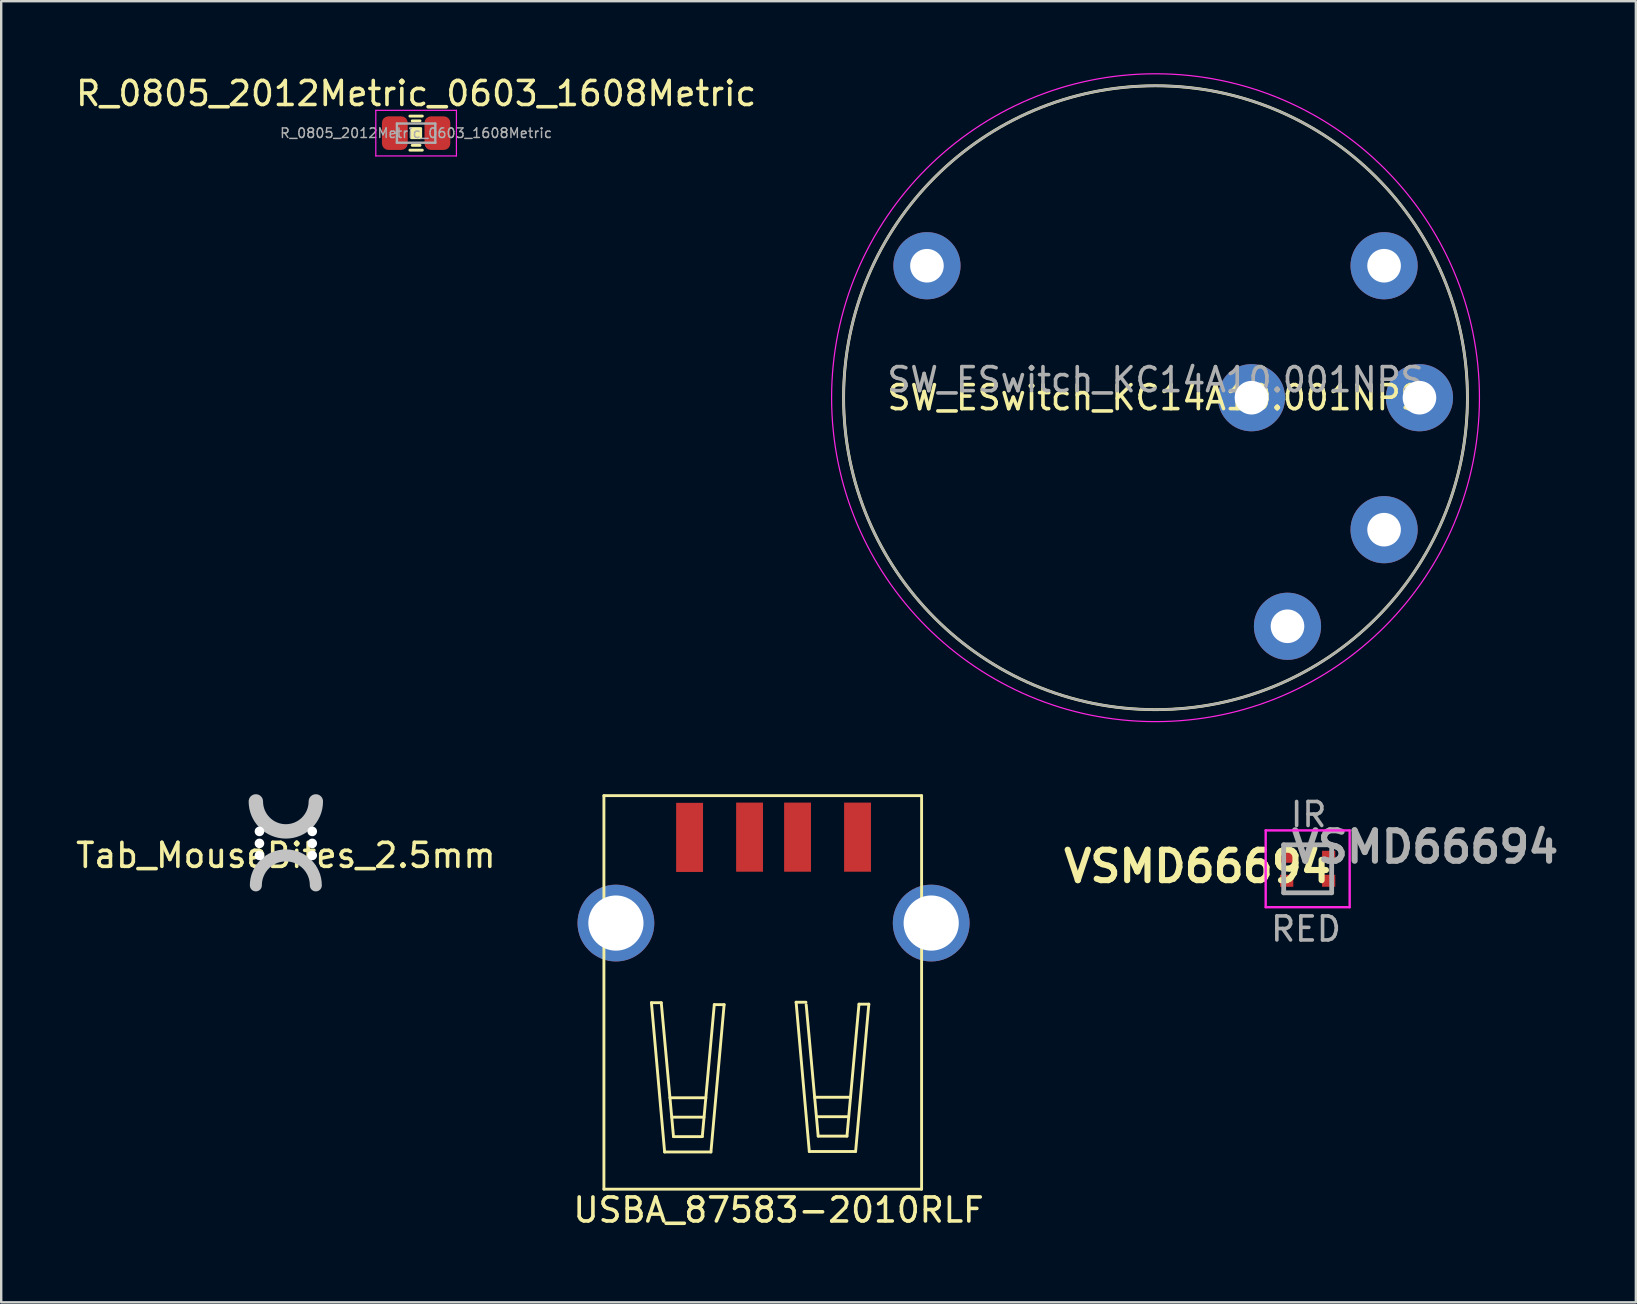
<source format=kicad_pcb>
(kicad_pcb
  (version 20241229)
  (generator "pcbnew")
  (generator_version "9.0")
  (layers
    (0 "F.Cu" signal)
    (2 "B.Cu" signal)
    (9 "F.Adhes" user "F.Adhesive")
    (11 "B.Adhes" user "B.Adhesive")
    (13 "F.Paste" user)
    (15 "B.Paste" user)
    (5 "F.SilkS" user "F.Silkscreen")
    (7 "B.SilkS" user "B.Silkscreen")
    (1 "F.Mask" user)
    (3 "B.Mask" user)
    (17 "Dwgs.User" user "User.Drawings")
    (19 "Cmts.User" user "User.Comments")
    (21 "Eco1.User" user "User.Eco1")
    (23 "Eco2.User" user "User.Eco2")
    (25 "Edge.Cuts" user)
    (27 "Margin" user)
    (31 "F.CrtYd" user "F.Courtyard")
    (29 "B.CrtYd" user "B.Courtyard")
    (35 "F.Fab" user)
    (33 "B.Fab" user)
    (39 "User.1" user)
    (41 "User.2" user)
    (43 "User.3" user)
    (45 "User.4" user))
  (footprint "VSMD66694"
    (layer "F.Cu")
    (at 51.449 33.158)
    (property "Reference" "VSMD66694" (at -4.59 -0.1 0) (layer "F.SilkS") (effects (font (size 1.27 1.27) (thickness 0.254))))
    (attr smd)
    (fp_line (start -1 -1) (end -1 -0.84) (stroke (width 0.1) (type solid)) (layer "F.SilkS"))
    (fp_line (start -1 -1) (end 1 -1) (stroke (width 0.1) (type solid)) (layer "F.SilkS"))
    (fp_line (start -1 1) (end 1 1) (stroke (width 0.1) (type solid)) (layer "F.SilkS"))
    (fp_line (start -1.75 -1.6) (end 1.75 -1.6) (stroke (width 0.1) (type solid)) (layer "F.CrtYd"))
    (fp_line (start -1.75 1.6) (end -1.75 -1.6) (stroke (width 0.1) (type solid)) (layer "F.CrtYd"))
    (fp_line (start 1.75 -1.6) (end 1.75 1.6) (stroke (width 0.1) (type solid)) (layer "F.CrtYd"))
    (fp_line (start 1.75 1.6) (end -1.75 1.6) (stroke (width 0.1) (type solid)) (layer "F.CrtYd"))
    (fp_line (start -1 -1) (end 1 -1) (stroke (width 0.2) (type solid)) (layer "F.Fab"))
    (fp_line (start -1 1) (end -1 -1) (stroke (width 0.2) (type solid)) (layer "F.Fab"))
    (fp_line (start 1 -1) (end 1 1) (stroke (width 0.2) (type solid)) (layer "F.Fab"))
    (fp_line (start 1 1) (end -1 1) (stroke (width 0.2) (type solid)) (layer "F.Fab"))
    (fp_text user "${REFERENCE}" (at 4.89 -0.91 0) (layer "F.Fab") (effects (font (size 1.27 1.27) (thickness 0.254))))
    (fp_text user "RED" (at -0.07 2.51 0) (layer "F.Fab") (effects (font (size 1 1) (thickness 0.15))))
    (fp_text user "IR" (at 0.04 -2.26 0) (layer "F.Fab") (effects (font (size 1 1) (thickness 0.15))))
    (pad "1" smd rect (at -0.875 -0.5 90) (size 0.5 0.55) (layers "F.Cu" "F.Mask" "F.Paste"))
    (pad "2" smd rect (at -0.875 0.5 90) (size 0.5 0.55) (layers "F.Cu" "F.Mask" "F.Paste"))
    (pad "3" smd rect (at 0.875 0.5 90) (size 0.5 0.55) (layers "F.Cu" "F.Mask" "F.Paste"))
    (pad "4" smd rect (at 0.875 -0.5 90) (size 0.5 0.55) (layers "F.Cu" "F.Mask" "F.Paste")))
  (footprint "Tab_MouseBites_2.5mm"
    (layer "F.Cu")
    (at 8.863 32.1)
    (property "Reference" "Tab_MouseBites_2.5mm" (at 0 0.5 0) (layer "F.SilkS") (effects (font (size 1 1) (thickness 0.15))))
    (attr through_hole)
    (fp_arc (start -1.25 1.75) (mid 0 0.5) (end 1.25 1.75) (stroke (width 0.5) (type solid)) (layer "Dwgs.User"))
    (fp_arc (start 1.25 -1.75) (mid 0 -0.5) (end -1.25 -1.75) (stroke (width 0.6) (type solid)) (layer "Dwgs.User"))
    (pad "" np_thru_hole circle (at -1.1 -0.5) (size 0.4 0.4) (drill 0.4) (layers "*.Cu" "*.Mask"))
    (pad "" np_thru_hole circle (at -1.1 0) (size 0.4 0.4) (drill 0.4) (layers "*.Cu" "*.Mask"))
    (pad "" np_thru_hole circle (at -1.1 0.5) (size 0.4 0.4) (drill 0.4) (layers "*.Cu" "*.Mask"))
    (pad "" np_thru_hole circle (at 1.1 -0.5 180) (size 0.4 0.4) (drill 0.4) (layers "*.Cu" "*.Mask"))
    (pad "" np_thru_hole circle (at 1.1 0 180) (size 0.4 0.4) (drill 0.4) (layers "*.Cu" "*.Mask"))
    (pad "" np_thru_hole circle (at 1.1 0.5 180) (size 0.4 0.4) (drill 0.4) (layers "*.Cu" "*.Mask")))
  (footprint "USBA_87583-2010RLF"
    (layer "F.Cu")
    (at 29.189 31.84)
    (property "Reference" "USBA_87583-2010RLF" (at 0.21 15.54 0) (layer "F.SilkS") (effects (font (size 1 1) (thickness 0.15))))
    (attr through_hole)
    (fp_line (start -7.07 -1.73) (end -7.07 14.67) (stroke (width 0.12) (type solid)) (layer "F.SilkS"))
    (fp_line (start -7.07 -1.73) (end 6.17 -1.73) (stroke (width 0.12) (type solid)) (layer "F.SilkS"))
    (fp_line (start -7.07 14.67) (end 6.17 14.67) (stroke (width 0.12) (type solid)) (layer "F.SilkS"))
    (fp_line (start -5.09 6.9) (end -4.68 6.9) (stroke (width 0.12) (type solid)) (layer "F.SilkS"))
    (fp_line (start -4.54 13.12) (end -5.09 6.9) (stroke (width 0.12) (type solid)) (layer "F.SilkS"))
    (fp_line (start -4.54 13.12) (end -2.61 13.12) (stroke (width 0.12) (type solid)) (layer "F.SilkS"))
    (fp_line (start -4.32 10.86) (end -2.82 10.86) (stroke (width 0.12) (type solid)) (layer "F.SilkS"))
    (fp_line (start -4.24 11.67) (end -2.9 11.67) (stroke (width 0.12) (type solid)) (layer "F.SilkS"))
    (fp_line (start -4.17 12.48) (end -4.68 6.9) (stroke (width 0.12) (type solid)) (layer "F.SilkS"))
    (fp_line (start -4.17 12.48) (end -2.97 12.48) (stroke (width 0.12) (type solid)) (layer "F.SilkS"))
    (fp_line (start -2.97 12.48) (end -2.47 6.98) (stroke (width 0.12) (type solid)) (layer "F.SilkS"))
    (fp_line (start -2.61 13.12) (end -2.06 6.98) (stroke (width 0.12) (type solid)) (layer "F.SilkS"))
    (fp_line (start -2.06 6.98) (end -2.47 6.98) (stroke (width 0.12) (type solid)) (layer "F.SilkS"))
    (fp_line (start 0.94 6.88) (end 1.35 6.88) (stroke (width 0.12) (type solid)) (layer "F.SilkS"))
    (fp_line (start 1.49 13.1) (end 0.94 6.88) (stroke (width 0.12) (type solid)) (layer "F.SilkS"))
    (fp_line (start 1.49 13.1) (end 3.42 13.1) (stroke (width 0.12) (type solid)) (layer "F.SilkS"))
    (fp_line (start 1.71 10.84) (end 3.21 10.84) (stroke (width 0.12) (type solid)) (layer "F.SilkS"))
    (fp_line (start 1.79 11.65) (end 3.13 11.65) (stroke (width 0.12) (type solid)) (layer "F.SilkS"))
    (fp_line (start 1.86 12.46) (end 1.36 6.98) (stroke (width 0.12) (type solid)) (layer "F.SilkS"))
    (fp_line (start 1.86 12.46) (end 3.06 12.46) (stroke (width 0.12) (type solid)) (layer "F.SilkS"))
    (fp_line (start 3.06 12.46) (end 3.56 6.96) (stroke (width 0.12) (type solid)) (layer "F.SilkS"))
    (fp_line (start 3.42 13.1) (end 3.97 6.96) (stroke (width 0.12) (type solid)) (layer "F.SilkS"))
    (fp_line (start 3.97 6.96) (end 3.56 6.96) (stroke (width 0.12) (type solid)) (layer "F.SilkS"))
    (fp_line (start 6.17 -1.73) (end 6.17 14.67) (stroke (width 0.12) (type solid)) (layer "F.SilkS"))
    (pad "1" smd rect (at -3.5 0.01) (size 1.12 2.88) (layers "F.Cu" "F.Mask" "F.Paste"))
    (pad "2" smd rect (at -1 0) (size 1.12 2.88) (layers "F.Cu" "F.Mask" "F.Paste"))
    (pad "3" smd rect (at 1 0) (size 1.12 2.88) (layers "F.Cu" "F.Mask" "F.Paste"))
    (pad "4" smd rect (at 3.5 0) (size 1.12 2.88) (layers "F.Cu" "F.Mask" "F.Paste"))
    (pad "5" thru_hole circle (at -6.57 3.58) (size 3.2 3.2) (drill 2.3) (layers "*.Cu" "*.Mask"))
    (pad "5" thru_hole circle (at 6.57 3.58) (size 3.2 3.2) (drill 2.3) (layers "*.Cu" "*.Mask")))
  (footprint "R_0805_2012Metric_0603_1608Metric"
    (layer "F.Cu")
    (at 14.292 2.498)
    (property "Reference" "R_0805_2012Metric_0603_1608Metric" (at 0 -1.65 0) (layer "F.SilkS") (effects (font (size 1 1) (thickness 0.15))))
    (attr smd)
    (fp_line (start -0.259 -0.71) (end 0.259 -0.71) (stroke (width 0.12) (type solid)) (layer "F.SilkS"))
    (fp_line (start -0.259 0.71) (end 0.259 0.71) (stroke (width 0.12) (type solid)) (layer "F.SilkS"))
    (fp_line (start -0.163 -0.51) (end 0.163 -0.51) (stroke (width 0.12) (type solid)) (layer "F.SilkS"))
    (fp_line (start -0.163 0.51) (end 0.163 0.51) (stroke (width 0.12) (type solid)) (layer "F.SilkS"))
    (fp_poly (pts (xy -0.2 -0.2) (xy 0.2 -0.2) (xy 0.2 0.2) (xy -0.2 0.2)) (stroke (width 0.1) (type solid)) (fill yes) (layer "F.SilkS"))
    (fp_line (start -1.68 -0.95) (end 1.68 -0.95) (stroke (width 0.05) (type solid)) (layer "F.CrtYd"))
    (fp_line (start -1.68 0.95) (end -1.68 -0.95) (stroke (width 0.05) (type solid)) (layer "F.CrtYd"))
    (fp_line (start 1.68 -0.95) (end 1.68 0.95) (stroke (width 0.05) (type solid)) (layer "F.CrtYd"))
    (fp_line (start 1.68 0.95) (end -1.68 0.95) (stroke (width 0.05) (type solid)) (layer "F.CrtYd"))
    (fp_line (start -0.8 -0.4) (end 0.8 -0.4) (stroke (width 0.1) (type solid)) (layer "F.Fab"))
    (fp_line (start -0.8 0.4) (end -0.8 -0.4) (stroke (width 0.1) (type solid)) (layer "F.Fab"))
    (fp_line (start 0.8 -0.4) (end 0.8 0.4) (stroke (width 0.1) (type solid)) (layer "F.Fab"))
    (fp_line (start 0.8 0.4) (end -0.8 0.4) (stroke (width 0.1) (type solid)) (layer "F.Fab"))
    (fp_text user "${REFERENCE}" (at 0 0 0) (layer "F.Fab") (effects (font (size 0.4 0.4) (thickness 0.06))))
    (pad "1" smd roundrect (at -0.887 0) (size 1.075 1.4) (layers "F.Cu" "F.Mask" "F.Paste") (roundrect_rratio 0.25))
    (pad "2" smd roundrect (at 0.887 0) (size 1.075 1.4) (layers "F.Cu" "F.Mask" "F.Paste") (roundrect_rratio 0.25)))
  (footprint "SW_ESwitch_KC14A10.001NPS"
    (layer "F.Cu")
    (at 45.108 13.525)
    (property "Reference" "SW_ESwitch_KC14A10.001NPS" (at 0 0 0) (layer "F.SilkS") (effects (font (size 1 1) (thickness 0.15))))
    (attr through_hole)
    (fp_circle (center 0 0) (end 12.557 3.365) (stroke (width 0.12) (type solid)) (fill no) (layer "F.SilkS"))
    (fp_circle (center 0 0) (end 13.04 3.494) (stroke (width 0.05) (type solid)) (fill no) (layer "F.CrtYd"))
    (fp_circle (center 0 0) (end 12.557 3.365) (stroke (width 0.1) (type solid)) (fill no) (layer "F.Fab"))
    (fp_text user "${REFERENCE}" (at 0 -0.75 0) (layer "F.Fab") (effects (font (size 1 1) (thickness 0.15))))
    (pad "1" thru_hole circle (at 5.5 9.526 300) (size 2.8 2.8) (drill 1.4) (layers "*.Cu" "*.Mask"))
    (pad "2" thru_hole circle (at 9.526 5.5 330) (size 2.8 2.8) (drill 1.4) (layers "*.Cu" "*.Mask"))
    (pad "3" thru_hole circle (at 11 0) (size 2.8 2.8) (drill 1.4) (layers "*.Cu" "*.Mask"))
    (pad "4" thru_hole circle (at 9.526 -5.5 30) (size 2.8 2.8) (drill 1.4) (layers "*.Cu" "*.Mask"))
    (pad "5" thru_hole circle (at 4 0 345) (size 2.8 2.8) (drill 1.4) (layers "*.Cu" "*.Mask"))
    (pad "9" thru_hole circle (at -9.526 -5.5 150) (size 2.8 2.8) (drill 1.4) (layers "*.Cu" "*.Mask")))
  (gr_rect
    (start -3 -3)
    (end 65.127 51.228)
    (stroke (width 0.1) (type default))
    (fill no)
    (layer "Edge.Cuts")))
</source>
